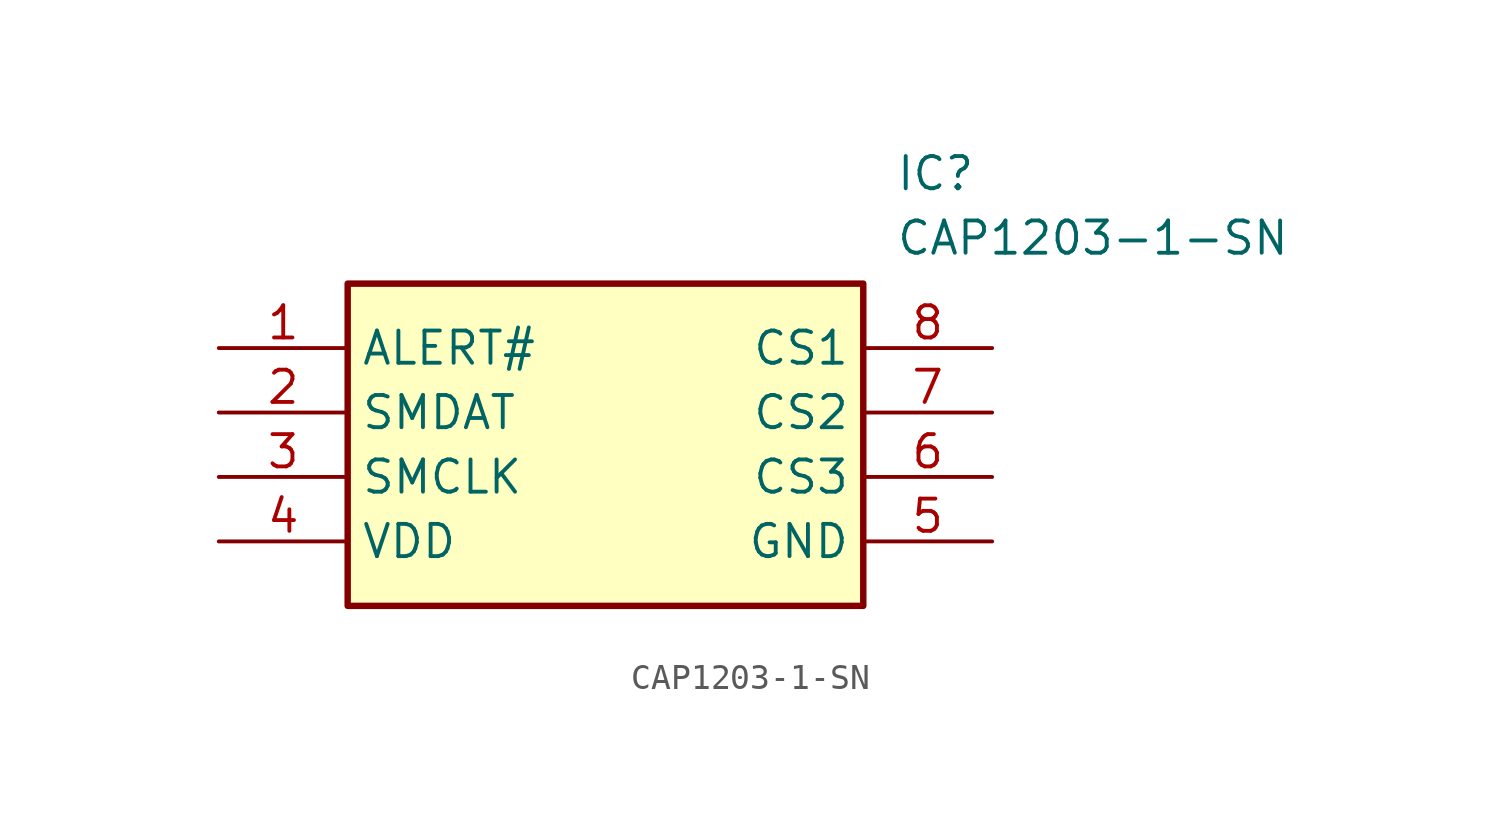
<source format=kicad_sym>
(kicad_symbol_lib
  (version 20211014)
  (generator SamacSys_ECAD_Model)
  (symbol "CAP1203-1-SN"
    (property "Reference" "IC"
      (at 26.67 7.62 0)
      (effects (font (size 1.27 1.27)) (justify left top)))
    (property "Value" "CAP1203-1-SN"
      (at 26.67 5.08 0)
      (effects (font (size 1.27 1.27)) (justify left top)))
    (rectangle
      (start 5.08 2.54)
      (end 25.4 -10.16)
      (stroke (width 0.254) (type default))
      (fill (type background)))
    (pin passive line
      (at 0 0 0)
      (length 5.08)
      (name "ALERT#" (effects (font (size 1.27 1.27))))
      (number "1" (effects (font (size 1.27 1.27)))))
    (pin passive line
      (at 0 -2.54 0)
      (length 5.08)
      (name "SMDAT" (effects (font (size 1.27 1.27))))
      (number "2" (effects (font (size 1.27 1.27)))))
    (pin passive line
      (at 0 -5.08 0)
      (length 5.08)
      (name "SMCLK" (effects (font (size 1.27 1.27))))
      (number "3" (effects (font (size 1.27 1.27)))))
    (pin passive line
      (at 0 -7.62 0)
      (length 5.08)
      (name "VDD" (effects (font (size 1.27 1.27))))
      (number "4" (effects (font (size 1.27 1.27)))))
    (pin passive line
      (at 30.48 0 180)
      (length 5.08)
      (name "CS1" (effects (font (size 1.27 1.27))))
      (number "8" (effects (font (size 1.27 1.27)))))
    (pin passive line
      (at 30.48 -2.54 180)
      (length 5.08)
      (name "CS2" (effects (font (size 1.27 1.27))))
      (number "7" (effects (font (size 1.27 1.27)))))
    (pin passive line
      (at 30.48 -5.08 180)
      (length 5.08)
      (name "CS3" (effects (font (size 1.27 1.27))))
      (number "6" (effects (font (size 1.27 1.27)))))
    (pin passive line
      (at 30.48 -7.62 180)
      (length 5.08)
      (name "GND" (effects (font (size 1.27 1.27))))
      (number "5" (effects (font (size 1.27 1.27)))))))
</source>
